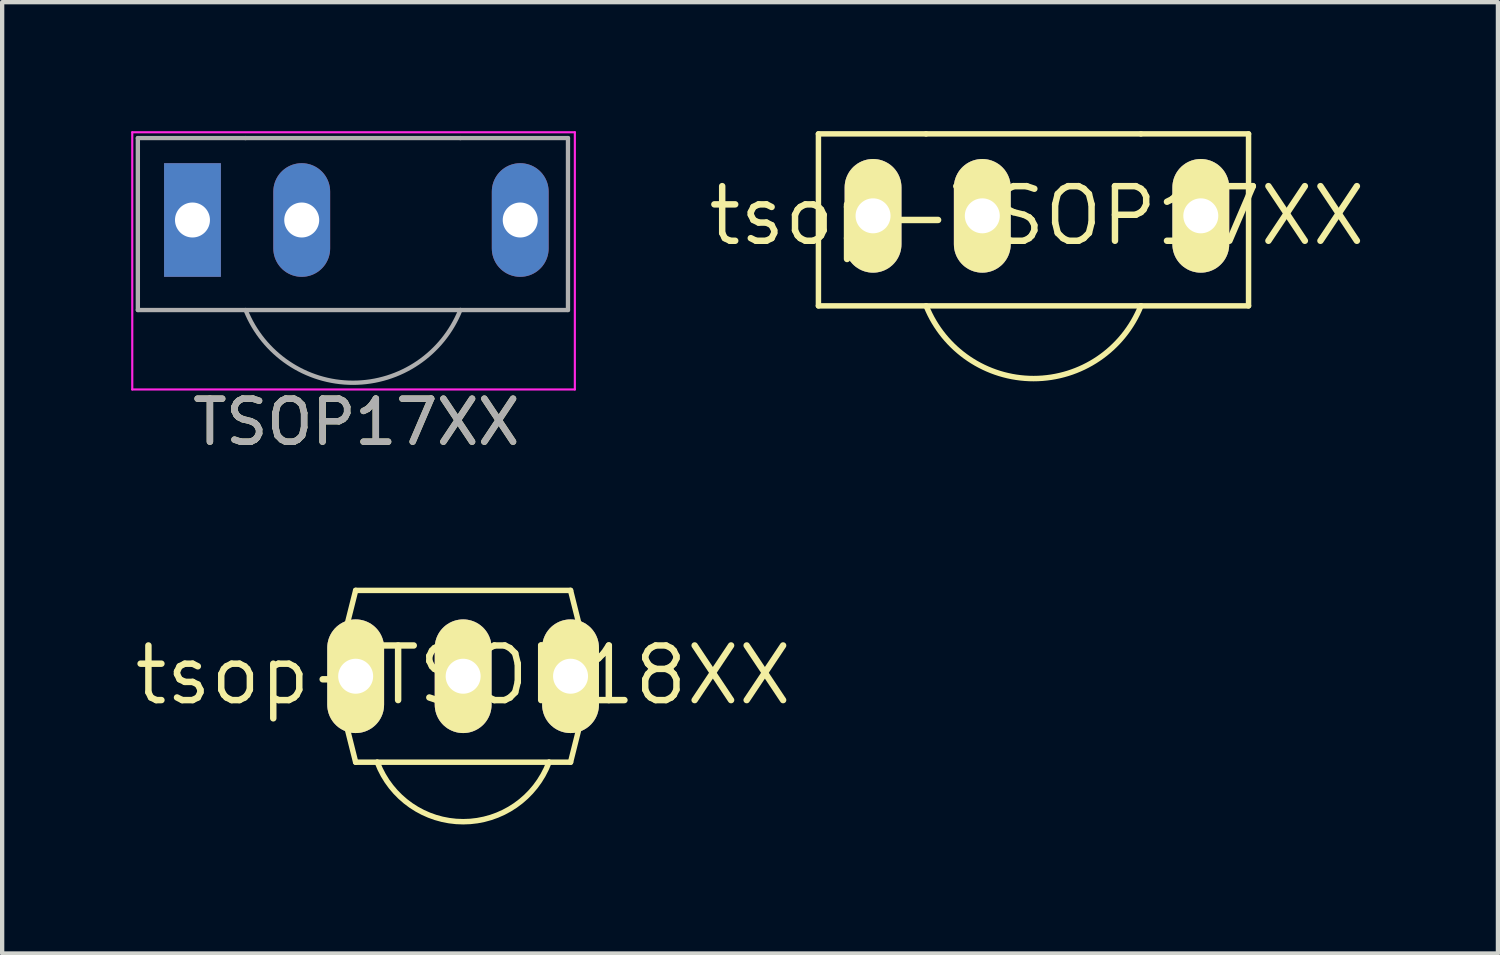
<source format=kicad_pcb>
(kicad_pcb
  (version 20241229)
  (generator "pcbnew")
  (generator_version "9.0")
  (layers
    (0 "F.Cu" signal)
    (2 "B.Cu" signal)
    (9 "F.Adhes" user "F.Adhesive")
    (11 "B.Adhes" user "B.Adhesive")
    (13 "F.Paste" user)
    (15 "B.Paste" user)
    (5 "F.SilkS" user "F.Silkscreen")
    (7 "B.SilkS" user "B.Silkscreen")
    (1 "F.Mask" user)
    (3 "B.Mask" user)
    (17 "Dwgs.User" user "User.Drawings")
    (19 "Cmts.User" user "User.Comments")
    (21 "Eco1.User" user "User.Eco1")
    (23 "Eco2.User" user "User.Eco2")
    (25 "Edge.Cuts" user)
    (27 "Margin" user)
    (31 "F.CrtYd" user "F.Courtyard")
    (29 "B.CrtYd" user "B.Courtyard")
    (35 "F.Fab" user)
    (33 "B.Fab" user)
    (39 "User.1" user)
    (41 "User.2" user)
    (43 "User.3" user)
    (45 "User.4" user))
  (footprint "TSOP17XX"
    (layer "F.Cu")
    (at 1.425 2.065)
    (property "Reference" "TSOP17XX" (at 3.81 4.699 0) (layer "F.SilkS") (effects (font (size 1 1) (thickness 0.15))))
    (attr through_hole)
    (fp_line (start -1.4 -2.04) (end 8.89 -2.04) (stroke (width 0.05) (type solid)) (layer "F.CrtYd"))
    (fp_line (start -1.4 3.94) (end -1.4 -2.04) (stroke (width 0.05) (type solid)) (layer "F.CrtYd"))
    (fp_line (start 8.89 -2.04) (end 8.89 3.94) (stroke (width 0.05) (type solid)) (layer "F.CrtYd"))
    (fp_line (start 8.89 3.94) (end -1.4 3.94) (stroke (width 0.05) (type solid)) (layer "F.CrtYd"))
    (fp_line (start -1.27 -1.905) (end 1.232 -1.905) (stroke (width 0.1) (type solid)) (layer "F.Fab"))
    (fp_line (start -1.27 2.093) (end -1.27 -1.905) (stroke (width 0.1) (type solid)) (layer "F.Fab"))
    (fp_line (start -1.27 2.093) (end 1.232 2.093) (stroke (width 0.1) (type solid)) (layer "F.Fab"))
    (fp_line (start 1.232 -1.905) (end 6.228 -1.905) (stroke (width 0.1) (type solid)) (layer "F.Fab"))
    (fp_line (start 1.232 2.093) (end 6.228 2.093) (stroke (width 0.1) (type solid)) (layer "F.Fab"))
    (fp_line (start 6.228 -1.905) (end 8.73 -1.905) (stroke (width 0.1) (type solid)) (layer "F.Fab"))
    (fp_line (start 6.228 2.093) (end 8.73 2.093) (stroke (width 0.1) (type solid)) (layer "F.Fab"))
    (fp_line (start 8.73 -1.905) (end 8.73 2.093) (stroke (width 0.1) (type solid)) (layer "F.Fab"))
    (fp_arc (start 6.22808 2.09296) (mid 3.734012 3.783707) (end 1.236489 2.098069) (stroke (width 0.1) (type solid)) (layer "F.Fab"))
    (fp_text user "${REFERENCE}" (at 3.81 4.699 0) (layer "F.Fab") (effects (font (size 1 1) (thickness 0.15))))
    (pad "1" thru_hole rect (at 0 0) (size 1.321 2.642) (drill 0.813) (layers "*.Cu" "*.Mask"))
    (pad "2" thru_hole oval (at 7.62 0) (size 1.321 2.642) (drill 0.813) (layers "*.Cu" "*.Mask"))
    (pad "3" thru_hole oval (at 2.54 0) (size 1.321 2.642) (drill 0.813) (layers "*.Cu" "*.Mask")))
  (footprint "tsop-TSOP17XX"
    (layer "F.Cu")
    (at 21.058 1.968)
    (property "Reference" "tsop-TSOP17XX" (at 0 0 0) (layer "F.SilkS") (effects (font (size 1.27 1.27) (thickness 0.15))))
    (attr exclude_from_pos_files exclude_from_bom)
    (fp_line (start -5.08 -1.905) (end -2.578 -1.905) (stroke (width 0.127) (type solid)) (layer "F.SilkS"))
    (fp_line (start -5.08 2.093) (end -5.08 -1.905) (stroke (width 0.127) (type solid)) (layer "F.SilkS"))
    (fp_line (start -5.08 2.093) (end -2.578 2.093) (stroke (width 0.127) (type solid)) (layer "F.SilkS"))
    (fp_line (start -2.578 -1.905) (end 2.418 -1.905) (stroke (width 0.127) (type solid)) (layer "F.SilkS"))
    (fp_line (start -2.578 2.093) (end 2.418 2.093) (stroke (width 0.127) (type solid)) (layer "F.SilkS"))
    (fp_line (start 2.418 -1.905) (end 4.92 -1.905) (stroke (width 0.127) (type solid)) (layer "F.SilkS"))
    (fp_line (start 2.418 2.093) (end 4.92 2.093) (stroke (width 0.127) (type solid)) (layer "F.SilkS"))
    (fp_line (start 4.92 -1.905) (end 4.92 2.093) (stroke (width 0.127) (type solid)) (layer "F.SilkS"))
    (fp_arc (start 2.41808 2.09296) (mid -0.075988 3.783707) (end -2.573511 2.098069) (stroke (width 0.127) (type solid)) (layer "F.SilkS"))
    (pad "GND" thru_hole oval (at -3.81 0) (size 1.321 2.642) (drill 0.813) (layers "*.Cu" "F.Mask" "F.SilkS" "F.Paste"))
    (pad "OUT" thru_hole oval (at 3.81 0) (size 1.321 2.642) (drill 0.813) (layers "*.Cu" "F.Mask" "F.SilkS" "F.Paste"))
    (pad "V+" thru_hole oval (at -1.27 0) (size 1.321 2.642) (drill 0.813) (layers "*.Cu" "F.Mask" "F.SilkS" "F.Paste")))
  (footprint "tsop-TSOP18XX"
    (layer "F.Cu")
    (at 7.718 12.647)
    (property "Reference" "tsop-TSOP18XX" (at 0 0 0) (layer "F.SilkS") (effects (font (size 1.27 1.27) (thickness 0.15))))
    (attr exclude_from_pos_files exclude_from_bom)
    (fp_line (start -3 0.025) (end -2.499 -1.971) (stroke (width 0.127) (type solid)) (layer "F.SilkS"))
    (fp_line (start -2.499 -1.971) (end 2.497 -1.971) (stroke (width 0.127) (type solid)) (layer "F.SilkS"))
    (fp_line (start -2.499 2.024) (end -3 0.025) (stroke (width 0.127) (type solid)) (layer "F.SilkS"))
    (fp_line (start -1.999 2.024) (end -2.499 2.024) (stroke (width 0.127) (type solid)) (layer "F.SilkS"))
    (fp_line (start 1.996 2.024) (end -1.999 2.024) (stroke (width 0.127) (type solid)) (layer "F.SilkS"))
    (fp_line (start 2.497 -1.971) (end 2.997 0.025) (stroke (width 0.127) (type solid)) (layer "F.SilkS"))
    (fp_line (start 2.497 2.024) (end 1.996 2.024) (stroke (width 0.127) (type solid)) (layer "F.SilkS"))
    (fp_line (start 2.997 0.025) (end 2.497 2.024) (stroke (width 0.127) (type solid)) (layer "F.SilkS"))
    (fp_arc (start 1.99644 2.02438) (mid 0.001041 3.407502) (end -1.995707 2.026329) (stroke (width 0.127) (type solid)) (layer "F.SilkS"))
    (pad "GND" thru_hole oval (at 0 0.025) (size 1.321 2.642) (drill 0.813) (layers "*.Cu" "F.Mask" "F.SilkS" "F.Paste"))
    (pad "OUT" thru_hole oval (at -2.499 0.025) (size 1.321 2.642) (drill 0.813) (layers "*.Cu" "F.Mask" "F.SilkS" "F.Paste"))
    (pad "VCC" thru_hole oval (at 2.497 0.025) (size 1.321 2.642) (drill 0.813) (layers "*.Cu" "F.Mask" "F.SilkS" "F.Paste")))
  (gr_rect
    (start -3 -3)
    (end 31.776 19.118)
    (stroke (width 0.1) (type default))
    (fill no)
    (layer "Edge.Cuts")))
</source>
